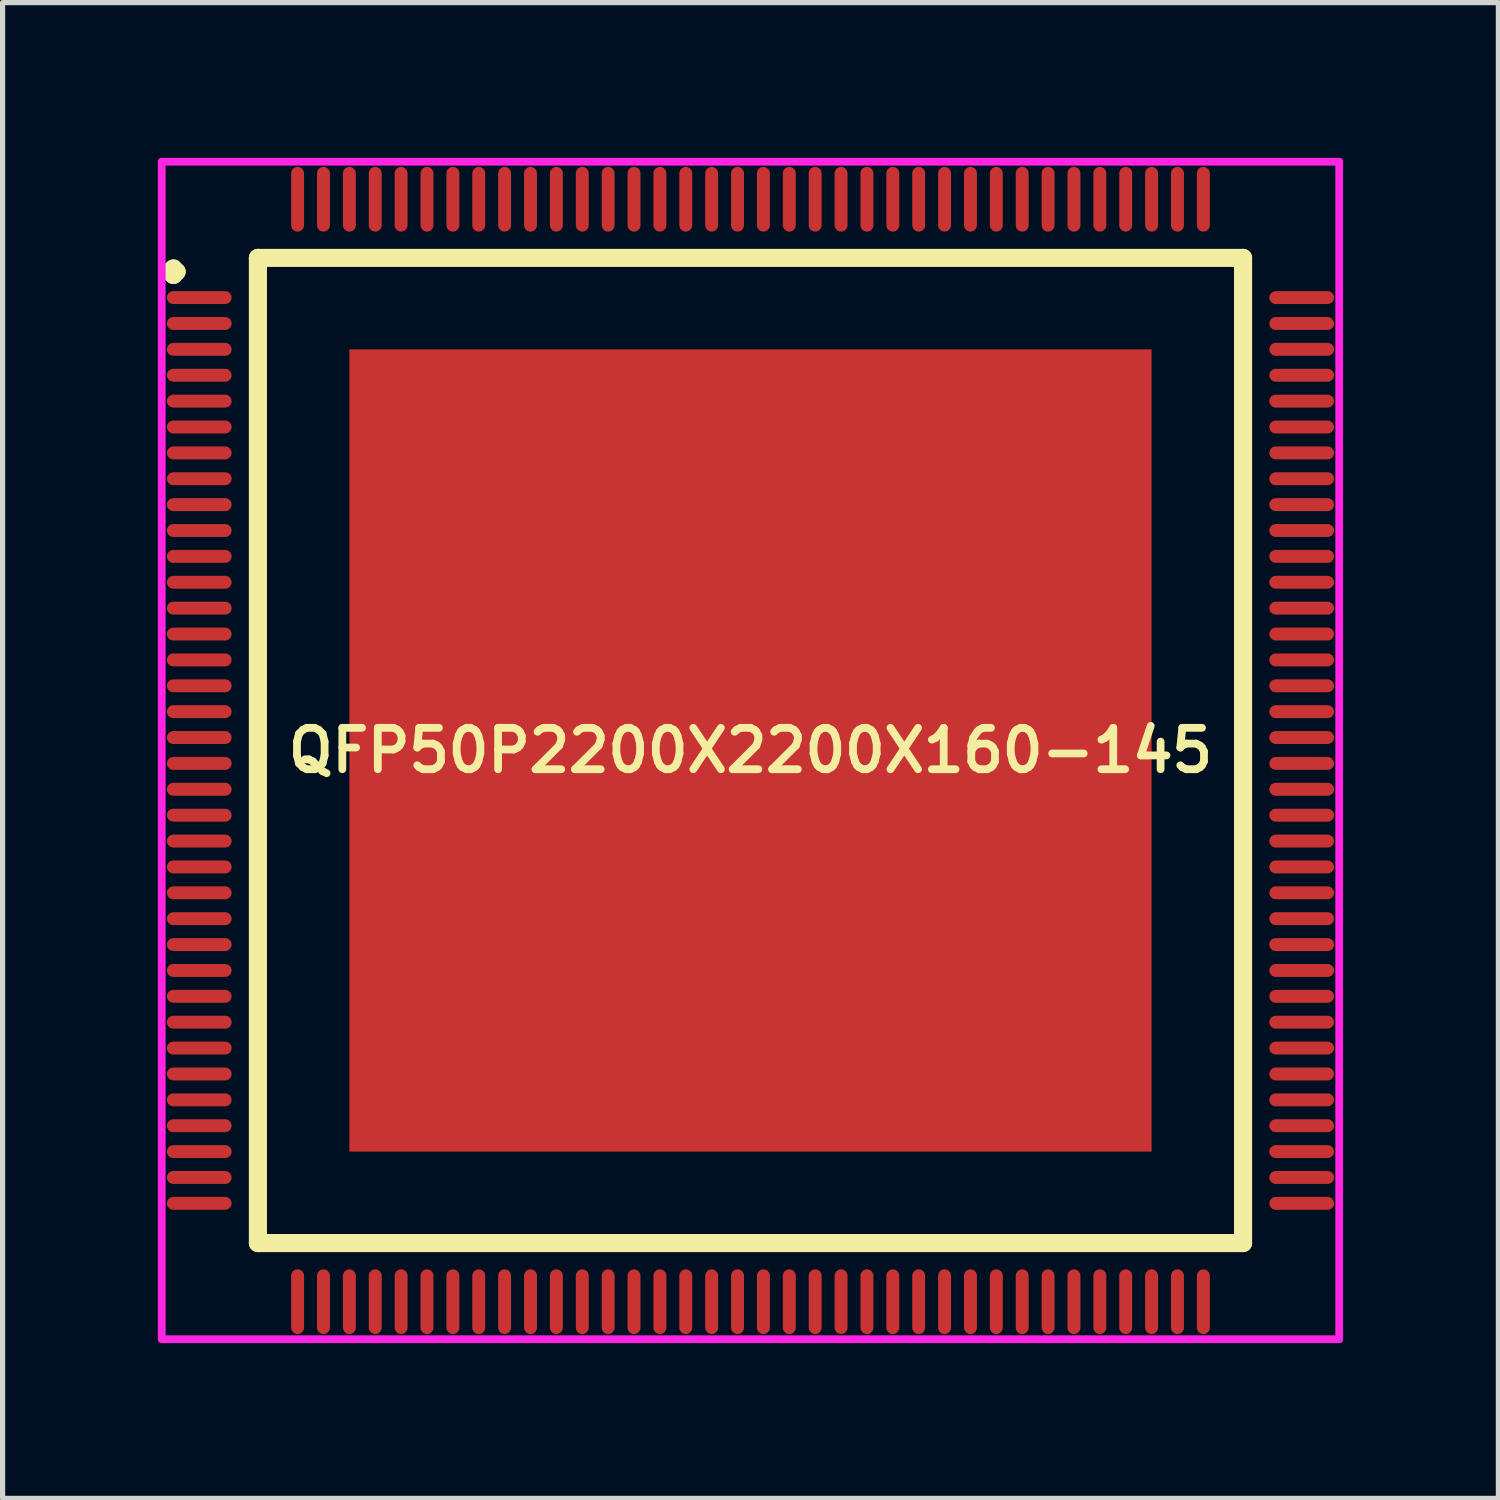
<source format=kicad_pcb>
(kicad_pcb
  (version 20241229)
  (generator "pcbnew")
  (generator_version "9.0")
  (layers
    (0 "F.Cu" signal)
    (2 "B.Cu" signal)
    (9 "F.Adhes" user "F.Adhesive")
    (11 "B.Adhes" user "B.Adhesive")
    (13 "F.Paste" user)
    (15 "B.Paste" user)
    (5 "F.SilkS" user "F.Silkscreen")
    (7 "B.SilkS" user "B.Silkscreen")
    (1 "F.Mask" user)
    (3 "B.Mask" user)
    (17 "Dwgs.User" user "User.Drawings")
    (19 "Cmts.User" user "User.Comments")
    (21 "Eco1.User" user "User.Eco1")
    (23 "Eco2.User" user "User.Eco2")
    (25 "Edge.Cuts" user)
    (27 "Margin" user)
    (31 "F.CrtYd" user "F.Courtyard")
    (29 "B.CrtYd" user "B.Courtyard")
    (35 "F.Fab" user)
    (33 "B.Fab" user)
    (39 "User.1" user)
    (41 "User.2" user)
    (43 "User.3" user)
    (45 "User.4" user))
  (footprint "QFP50P2200X2200X160-145"
    (layer "F.Cu")
    (at 11.45 11.45)
    (property "Reference" "QFP50P2200X2200X160-145" (at 0 0 0) (layer "F.SilkS") (effects (font (size 0.8 0.8) (thickness 0.15))))
    (attr smd)
    (fp_line (start -11.213 -9.25) (end -11.15 -9.312) (stroke (width 0.35) (type solid)) (layer "F.SilkS"))
    (fp_line (start -11.15 -9.312) (end -11.088 -9.25) (stroke (width 0.35) (type solid)) (layer "F.SilkS"))
    (fp_line (start -11.15 -9.188) (end -11.213 -9.25) (stroke (width 0.35) (type solid)) (layer "F.SilkS"))
    (fp_line (start -11.088 -9.25) (end -11.15 -9.188) (stroke (width 0.35) (type solid)) (layer "F.SilkS"))
    (fp_line (start -9.517 -9.517) (end -9.517 9.517) (stroke (width 0.35) (type solid)) (layer "F.SilkS"))
    (fp_line (start -9.517 9.517) (end 9.517 9.517) (stroke (width 0.35) (type solid)) (layer "F.SilkS"))
    (fp_line (start 9.517 -9.517) (end -9.517 -9.517) (stroke (width 0.35) (type solid)) (layer "F.SilkS"))
    (fp_line (start 9.517 9.517) (end 9.517 -9.517) (stroke (width 0.35) (type solid)) (layer "F.SilkS"))
    (fp_line (start -11.375 -11.375) (end 11.375 -11.375) (stroke (width 0.15) (type solid)) (layer "F.CrtYd"))
    (fp_line (start -11.375 11.375) (end -11.375 -11.375) (stroke (width 0.15) (type solid)) (layer "F.CrtYd"))
    (fp_line (start 11.375 -11.375) (end 11.375 11.375) (stroke (width 0.15) (type solid)) (layer "F.CrtYd"))
    (fp_line (start 11.375 11.375) (end -11.375 11.375) (stroke (width 0.15) (type solid)) (layer "F.CrtYd"))
    (pad "1" smd oval (at -10.65 -8.75) (size 1.25 0.25) (layers "F.Cu" "F.Mask" "F.Paste"))
    (pad "2" smd oval (at -10.65 -8.25) (size 1.25 0.25) (layers "F.Cu" "F.Mask" "F.Paste"))
    (pad "3" smd oval (at -10.65 -7.75) (size 1.25 0.25) (layers "F.Cu" "F.Mask" "F.Paste"))
    (pad "4" smd oval (at -10.65 -7.25) (size 1.25 0.25) (layers "F.Cu" "F.Mask" "F.Paste"))
    (pad "5" smd oval (at -10.65 -6.75) (size 1.25 0.25) (layers "F.Cu" "F.Mask" "F.Paste"))
    (pad "6" smd oval (at -10.65 -6.25) (size 1.25 0.25) (layers "F.Cu" "F.Mask" "F.Paste"))
    (pad "7" smd oval (at -10.65 -5.75) (size 1.25 0.25) (layers "F.Cu" "F.Mask" "F.Paste"))
    (pad "8" smd oval (at -10.65 -5.25) (size 1.25 0.25) (layers "F.Cu" "F.Mask" "F.Paste"))
    (pad "9" smd oval (at -10.65 -4.75) (size 1.25 0.25) (layers "F.Cu" "F.Mask" "F.Paste"))
    (pad "10" smd oval (at -10.65 -4.25) (size 1.25 0.25) (layers "F.Cu" "F.Mask" "F.Paste"))
    (pad "11" smd oval (at -10.65 -3.75) (size 1.25 0.25) (layers "F.Cu" "F.Mask" "F.Paste"))
    (pad "12" smd oval (at -10.65 -3.25) (size 1.25 0.25) (layers "F.Cu" "F.Mask" "F.Paste"))
    (pad "13" smd oval (at -10.65 -2.75) (size 1.25 0.25) (layers "F.Cu" "F.Mask" "F.Paste"))
    (pad "14" smd oval (at -10.65 -2.25) (size 1.25 0.25) (layers "F.Cu" "F.Mask" "F.Paste"))
    (pad "15" smd oval (at -10.65 -1.75) (size 1.25 0.25) (layers "F.Cu" "F.Mask" "F.Paste"))
    (pad "16" smd oval (at -10.65 -1.25) (size 1.25 0.25) (layers "F.Cu" "F.Mask" "F.Paste"))
    (pad "17" smd oval (at -10.65 -0.75) (size 1.25 0.25) (layers "F.Cu" "F.Mask" "F.Paste"))
    (pad "18" smd oval (at -10.65 -0.25) (size 1.25 0.25) (layers "F.Cu" "F.Mask" "F.Paste"))
    (pad "19" smd oval (at -10.65 0.25) (size 1.25 0.25) (layers "F.Cu" "F.Mask" "F.Paste"))
    (pad "20" smd oval (at -10.65 0.75) (size 1.25 0.25) (layers "F.Cu" "F.Mask" "F.Paste"))
    (pad "21" smd oval (at -10.65 1.25) (size 1.25 0.25) (layers "F.Cu" "F.Mask" "F.Paste"))
    (pad "22" smd oval (at -10.65 1.75) (size 1.25 0.25) (layers "F.Cu" "F.Mask" "F.Paste"))
    (pad "23" smd oval (at -10.65 2.25) (size 1.25 0.25) (layers "F.Cu" "F.Mask" "F.Paste"))
    (pad "24" smd oval (at -10.65 2.75) (size 1.25 0.25) (layers "F.Cu" "F.Mask" "F.Paste"))
    (pad "25" smd oval (at -10.65 3.25) (size 1.25 0.25) (layers "F.Cu" "F.Mask" "F.Paste"))
    (pad "26" smd oval (at -10.65 3.75) (size 1.25 0.25) (layers "F.Cu" "F.Mask" "F.Paste"))
    (pad "27" smd oval (at -10.65 4.25) (size 1.25 0.25) (layers "F.Cu" "F.Mask" "F.Paste"))
    (pad "28" smd oval (at -10.65 4.75) (size 1.25 0.25) (layers "F.Cu" "F.Mask" "F.Paste"))
    (pad "29" smd oval (at -10.65 5.25) (size 1.25 0.25) (layers "F.Cu" "F.Mask" "F.Paste"))
    (pad "30" smd oval (at -10.65 5.75) (size 1.25 0.25) (layers "F.Cu" "F.Mask" "F.Paste"))
    (pad "31" smd oval (at -10.65 6.25) (size 1.25 0.25) (layers "F.Cu" "F.Mask" "F.Paste"))
    (pad "32" smd oval (at -10.65 6.75) (size 1.25 0.25) (layers "F.Cu" "F.Mask" "F.Paste"))
    (pad "33" smd oval (at -10.65 7.25) (size 1.25 0.25) (layers "F.Cu" "F.Mask" "F.Paste"))
    (pad "34" smd oval (at -10.65 7.75) (size 1.25 0.25) (layers "F.Cu" "F.Mask" "F.Paste"))
    (pad "35" smd oval (at -10.65 8.25) (size 1.25 0.25) (layers "F.Cu" "F.Mask" "F.Paste"))
    (pad "36" smd oval (at -10.65 8.75) (size 1.25 0.25) (layers "F.Cu" "F.Mask" "F.Paste"))
    (pad "37" smd oval (at -8.75 10.65) (size 0.25 1.25) (layers "F.Cu" "F.Mask" "F.Paste"))
    (pad "38" smd oval (at -8.25 10.65) (size 0.25 1.25) (layers "F.Cu" "F.Mask" "F.Paste"))
    (pad "39" smd oval (at -7.75 10.65) (size 0.25 1.25) (layers "F.Cu" "F.Mask" "F.Paste"))
    (pad "40" smd oval (at -7.25 10.65) (size 0.25 1.25) (layers "F.Cu" "F.Mask" "F.Paste"))
    (pad "41" smd oval (at -6.75 10.65) (size 0.25 1.25) (layers "F.Cu" "F.Mask" "F.Paste"))
    (pad "42" smd oval (at -6.25 10.65) (size 0.25 1.25) (layers "F.Cu" "F.Mask" "F.Paste"))
    (pad "43" smd oval (at -5.75 10.65) (size 0.25 1.25) (layers "F.Cu" "F.Mask" "F.Paste"))
    (pad "44" smd oval (at -5.25 10.65) (size 0.25 1.25) (layers "F.Cu" "F.Mask" "F.Paste"))
    (pad "45" smd oval (at -4.75 10.65) (size 0.25 1.25) (layers "F.Cu" "F.Mask" "F.Paste"))
    (pad "46" smd oval (at -4.25 10.65) (size 0.25 1.25) (layers "F.Cu" "F.Mask" "F.Paste"))
    (pad "47" smd oval (at -3.75 10.65) (size 0.25 1.25) (layers "F.Cu" "F.Mask" "F.Paste"))
    (pad "48" smd oval (at -3.25 10.65) (size 0.25 1.25) (layers "F.Cu" "F.Mask" "F.Paste"))
    (pad "49" smd oval (at -2.75 10.65) (size 0.25 1.25) (layers "F.Cu" "F.Mask" "F.Paste"))
    (pad "50" smd oval (at -2.25 10.65) (size 0.25 1.25) (layers "F.Cu" "F.Mask" "F.Paste"))
    (pad "51" smd oval (at -1.75 10.65) (size 0.25 1.25) (layers "F.Cu" "F.Mask" "F.Paste"))
    (pad "52" smd oval (at -1.25 10.65) (size 0.25 1.25) (layers "F.Cu" "F.Mask" "F.Paste"))
    (pad "53" smd oval (at -0.75 10.65) (size 0.25 1.25) (layers "F.Cu" "F.Mask" "F.Paste"))
    (pad "54" smd oval (at -0.25 10.65) (size 0.25 1.25) (layers "F.Cu" "F.Mask" "F.Paste"))
    (pad "55" smd oval (at 0.25 10.65) (size 0.25 1.25) (layers "F.Cu" "F.Mask" "F.Paste"))
    (pad "56" smd oval (at 0.75 10.65) (size 0.25 1.25) (layers "F.Cu" "F.Mask" "F.Paste"))
    (pad "57" smd oval (at 1.25 10.65) (size 0.25 1.25) (layers "F.Cu" "F.Mask" "F.Paste"))
    (pad "58" smd oval (at 1.75 10.65) (size 0.25 1.25) (layers "F.Cu" "F.Mask" "F.Paste"))
    (pad "59" smd oval (at 2.25 10.65) (size 0.25 1.25) (layers "F.Cu" "F.Mask" "F.Paste"))
    (pad "60" smd oval (at 2.75 10.65) (size 0.25 1.25) (layers "F.Cu" "F.Mask" "F.Paste"))
    (pad "61" smd oval (at 3.25 10.65) (size 0.25 1.25) (layers "F.Cu" "F.Mask" "F.Paste"))
    (pad "62" smd oval (at 3.75 10.65) (size 0.25 1.25) (layers "F.Cu" "F.Mask" "F.Paste"))
    (pad "63" smd oval (at 4.25 10.65) (size 0.25 1.25) (layers "F.Cu" "F.Mask" "F.Paste"))
    (pad "64" smd oval (at 4.75 10.65) (size 0.25 1.25) (layers "F.Cu" "F.Mask" "F.Paste"))
    (pad "65" smd oval (at 5.25 10.65) (size 0.25 1.25) (layers "F.Cu" "F.Mask" "F.Paste"))
    (pad "66" smd oval (at 5.75 10.65) (size 0.25 1.25) (layers "F.Cu" "F.Mask" "F.Paste"))
    (pad "67" smd oval (at 6.25 10.65) (size 0.25 1.25) (layers "F.Cu" "F.Mask" "F.Paste"))
    (pad "68" smd oval (at 6.75 10.65) (size 0.25 1.25) (layers "F.Cu" "F.Mask" "F.Paste"))
    (pad "69" smd oval (at 7.25 10.65) (size 0.25 1.25) (layers "F.Cu" "F.Mask" "F.Paste"))
    (pad "70" smd oval (at 7.75 10.65) (size 0.25 1.25) (layers "F.Cu" "F.Mask" "F.Paste"))
    (pad "71" smd oval (at 8.25 10.65) (size 0.25 1.25) (layers "F.Cu" "F.Mask" "F.Paste"))
    (pad "72" smd oval (at 8.75 10.65) (size 0.25 1.25) (layers "F.Cu" "F.Mask" "F.Paste"))
    (pad "73" smd oval (at 10.65 8.75) (size 1.25 0.25) (layers "F.Cu" "F.Mask" "F.Paste"))
    (pad "74" smd oval (at 10.65 8.25) (size 1.25 0.25) (layers "F.Cu" "F.Mask" "F.Paste"))
    (pad "75" smd oval (at 10.65 7.75) (size 1.25 0.25) (layers "F.Cu" "F.Mask" "F.Paste"))
    (pad "76" smd oval (at 10.65 7.25) (size 1.25 0.25) (layers "F.Cu" "F.Mask" "F.Paste"))
    (pad "77" smd oval (at 10.65 6.75) (size 1.25 0.25) (layers "F.Cu" "F.Mask" "F.Paste"))
    (pad "78" smd oval (at 10.65 6.25) (size 1.25 0.25) (layers "F.Cu" "F.Mask" "F.Paste"))
    (pad "79" smd oval (at 10.65 5.75) (size 1.25 0.25) (layers "F.Cu" "F.Mask" "F.Paste"))
    (pad "80" smd oval (at 10.65 5.25) (size 1.25 0.25) (layers "F.Cu" "F.Mask" "F.Paste"))
    (pad "81" smd oval (at 10.65 4.75) (size 1.25 0.25) (layers "F.Cu" "F.Mask" "F.Paste"))
    (pad "82" smd oval (at 10.65 4.25) (size 1.25 0.25) (layers "F.Cu" "F.Mask" "F.Paste"))
    (pad "83" smd oval (at 10.65 3.75) (size 1.25 0.25) (layers "F.Cu" "F.Mask" "F.Paste"))
    (pad "84" smd oval (at 10.65 3.25) (size 1.25 0.25) (layers "F.Cu" "F.Mask" "F.Paste"))
    (pad "85" smd oval (at 10.65 2.75) (size 1.25 0.25) (layers "F.Cu" "F.Mask" "F.Paste"))
    (pad "86" smd oval (at 10.65 2.25) (size 1.25 0.25) (layers "F.Cu" "F.Mask" "F.Paste"))
    (pad "87" smd oval (at 10.65 1.75) (size 1.25 0.25) (layers "F.Cu" "F.Mask" "F.Paste"))
    (pad "88" smd oval (at 10.65 1.25) (size 1.25 0.25) (layers "F.Cu" "F.Mask" "F.Paste"))
    (pad "89" smd oval (at 10.65 0.75) (size 1.25 0.25) (layers "F.Cu" "F.Mask" "F.Paste"))
    (pad "90" smd oval (at 10.65 0.25) (size 1.25 0.25) (layers "F.Cu" "F.Mask" "F.Paste"))
    (pad "91" smd oval (at 10.65 -0.25) (size 1.25 0.25) (layers "F.Cu" "F.Mask" "F.Paste"))
    (pad "92" smd oval (at 10.65 -0.75) (size 1.25 0.25) (layers "F.Cu" "F.Mask" "F.Paste"))
    (pad "93" smd oval (at 10.65 -1.25) (size 1.25 0.25) (layers "F.Cu" "F.Mask" "F.Paste"))
    (pad "94" smd oval (at 10.65 -1.75) (size 1.25 0.25) (layers "F.Cu" "F.Mask" "F.Paste"))
    (pad "95" smd oval (at 10.65 -2.25) (size 1.25 0.25) (layers "F.Cu" "F.Mask" "F.Paste"))
    (pad "96" smd oval (at 10.65 -2.75) (size 1.25 0.25) (layers "F.Cu" "F.Mask" "F.Paste"))
    (pad "97" smd oval (at 10.65 -3.25) (size 1.25 0.25) (layers "F.Cu" "F.Mask" "F.Paste"))
    (pad "98" smd oval (at 10.65 -3.75) (size 1.25 0.25) (layers "F.Cu" "F.Mask" "F.Paste"))
    (pad "99" smd oval (at 10.65 -4.25) (size 1.25 0.25) (layers "F.Cu" "F.Mask" "F.Paste"))
    (pad "100" smd oval (at 10.65 -4.75) (size 1.25 0.25) (layers "F.Cu" "F.Mask" "F.Paste"))
    (pad "101" smd oval (at 10.65 -5.25) (size 1.25 0.25) (layers "F.Cu" "F.Mask" "F.Paste"))
    (pad "102" smd oval (at 10.65 -5.75) (size 1.25 0.25) (layers "F.Cu" "F.Mask" "F.Paste"))
    (pad "103" smd oval (at 10.65 -6.25) (size 1.25 0.25) (layers "F.Cu" "F.Mask" "F.Paste"))
    (pad "104" smd oval (at 10.65 -6.75) (size 1.25 0.25) (layers "F.Cu" "F.Mask" "F.Paste"))
    (pad "105" smd oval (at 10.65 -7.25) (size 1.25 0.25) (layers "F.Cu" "F.Mask" "F.Paste"))
    (pad "106" smd oval (at 10.65 -7.75) (size 1.25 0.25) (layers "F.Cu" "F.Mask" "F.Paste"))
    (pad "107" smd oval (at 10.65 -8.25) (size 1.25 0.25) (layers "F.Cu" "F.Mask" "F.Paste"))
    (pad "108" smd oval (at 10.65 -8.75) (size 1.25 0.25) (layers "F.Cu" "F.Mask" "F.Paste"))
    (pad "109" smd oval (at 8.75 -10.65) (size 0.25 1.25) (layers "F.Cu" "F.Mask" "F.Paste"))
    (pad "110" smd oval (at 8.25 -10.65) (size 0.25 1.25) (layers "F.Cu" "F.Mask" "F.Paste"))
    (pad "111" smd oval (at 7.75 -10.65) (size 0.25 1.25) (layers "F.Cu" "F.Mask" "F.Paste"))
    (pad "112" smd oval (at 7.25 -10.65) (size 0.25 1.25) (layers "F.Cu" "F.Mask" "F.Paste"))
    (pad "113" smd oval (at 6.75 -10.65) (size 0.25 1.25) (layers "F.Cu" "F.Mask" "F.Paste"))
    (pad "114" smd oval (at 6.25 -10.65) (size 0.25 1.25) (layers "F.Cu" "F.Mask" "F.Paste"))
    (pad "115" smd oval (at 5.75 -10.65) (size 0.25 1.25) (layers "F.Cu" "F.Mask" "F.Paste"))
    (pad "116" smd oval (at 5.25 -10.65) (size 0.25 1.25) (layers "F.Cu" "F.Mask" "F.Paste"))
    (pad "117" smd oval (at 4.75 -10.65) (size 0.25 1.25) (layers "F.Cu" "F.Mask" "F.Paste"))
    (pad "118" smd oval (at 4.25 -10.65) (size 0.25 1.25) (layers "F.Cu" "F.Mask" "F.Paste"))
    (pad "119" smd oval (at 3.75 -10.65) (size 0.25 1.25) (layers "F.Cu" "F.Mask" "F.Paste"))
    (pad "120" smd oval (at 3.25 -10.65) (size 0.25 1.25) (layers "F.Cu" "F.Mask" "F.Paste"))
    (pad "121" smd oval (at 2.75 -10.65) (size 0.25 1.25) (layers "F.Cu" "F.Mask" "F.Paste"))
    (pad "122" smd oval (at 2.25 -10.65) (size 0.25 1.25) (layers "F.Cu" "F.Mask" "F.Paste"))
    (pad "123" smd oval (at 1.75 -10.65) (size 0.25 1.25) (layers "F.Cu" "F.Mask" "F.Paste"))
    (pad "124" smd oval (at 1.25 -10.65) (size 0.25 1.25) (layers "F.Cu" "F.Mask" "F.Paste"))
    (pad "125" smd oval (at 0.75 -10.65) (size 0.25 1.25) (layers "F.Cu" "F.Mask" "F.Paste"))
    (pad "126" smd oval (at 0.25 -10.65) (size 0.25 1.25) (layers "F.Cu" "F.Mask" "F.Paste"))
    (pad "127" smd oval (at -0.25 -10.65) (size 0.25 1.25) (layers "F.Cu" "F.Mask" "F.Paste"))
    (pad "128" smd oval (at -0.75 -10.65) (size 0.25 1.25) (layers "F.Cu" "F.Mask" "F.Paste"))
    (pad "129" smd oval (at -1.25 -10.65) (size 0.25 1.25) (layers "F.Cu" "F.Mask" "F.Paste"))
    (pad "130" smd oval (at -1.75 -10.65) (size 0.25 1.25) (layers "F.Cu" "F.Mask" "F.Paste"))
    (pad "131" smd oval (at -2.25 -10.65) (size 0.25 1.25) (layers "F.Cu" "F.Mask" "F.Paste"))
    (pad "132" smd oval (at -2.75 -10.65) (size 0.25 1.25) (layers "F.Cu" "F.Mask" "F.Paste"))
    (pad "133" smd oval (at -3.25 -10.65) (size 0.25 1.25) (layers "F.Cu" "F.Mask" "F.Paste"))
    (pad "134" smd oval (at -3.75 -10.65) (size 0.25 1.25) (layers "F.Cu" "F.Mask" "F.Paste"))
    (pad "135" smd oval (at -4.25 -10.65) (size 0.25 1.25) (layers "F.Cu" "F.Mask" "F.Paste"))
    (pad "136" smd oval (at -4.75 -10.65) (size 0.25 1.25) (layers "F.Cu" "F.Mask" "F.Paste"))
    (pad "137" smd oval (at -5.25 -10.65) (size 0.25 1.25) (layers "F.Cu" "F.Mask" "F.Paste"))
    (pad "138" smd oval (at -5.75 -10.65) (size 0.25 1.25) (layers "F.Cu" "F.Mask" "F.Paste"))
    (pad "139" smd oval (at -6.25 -10.65) (size 0.25 1.25) (layers "F.Cu" "F.Mask" "F.Paste"))
    (pad "140" smd oval (at -6.75 -10.65) (size 0.25 1.25) (layers "F.Cu" "F.Mask" "F.Paste"))
    (pad "141" smd oval (at -7.25 -10.65) (size 0.25 1.25) (layers "F.Cu" "F.Mask" "F.Paste"))
    (pad "142" smd oval (at -7.75 -10.65) (size 0.25 1.25) (layers "F.Cu" "F.Mask" "F.Paste"))
    (pad "143" smd oval (at -8.25 -10.65) (size 0.25 1.25) (layers "F.Cu" "F.Mask" "F.Paste"))
    (pad "144" smd oval (at -8.75 -10.65) (size 0.25 1.25) (layers "F.Cu" "F.Mask" "F.Paste"))
    (pad "145" smd rect (at 0 0) (size 15.5 15.5) (layers "F.Cu" "F.Mask" "F.Paste")))
  (gr_rect
    (start -3 -3)
    (end 25.9 25.9)
    (stroke (width 0.1) (type default))
    (fill no)
    (layer "Edge.Cuts")))
</source>
